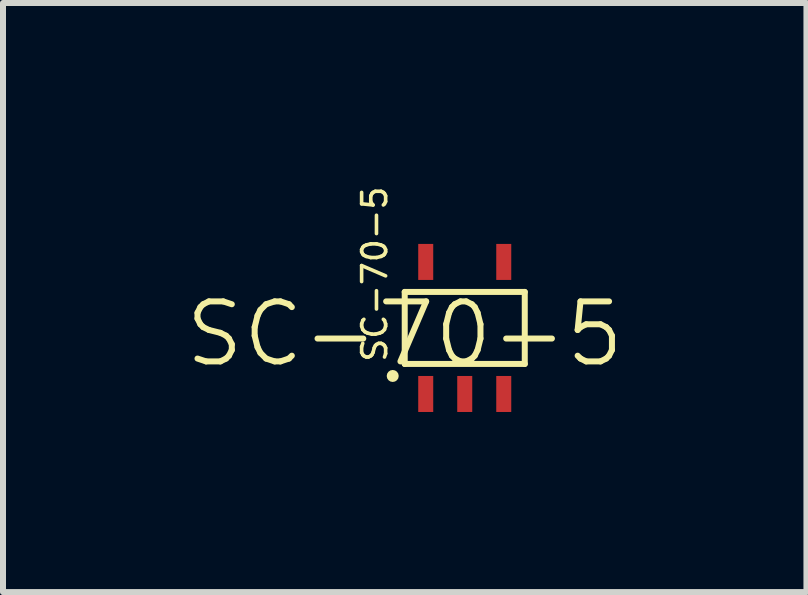
<source format=kicad_pcb>
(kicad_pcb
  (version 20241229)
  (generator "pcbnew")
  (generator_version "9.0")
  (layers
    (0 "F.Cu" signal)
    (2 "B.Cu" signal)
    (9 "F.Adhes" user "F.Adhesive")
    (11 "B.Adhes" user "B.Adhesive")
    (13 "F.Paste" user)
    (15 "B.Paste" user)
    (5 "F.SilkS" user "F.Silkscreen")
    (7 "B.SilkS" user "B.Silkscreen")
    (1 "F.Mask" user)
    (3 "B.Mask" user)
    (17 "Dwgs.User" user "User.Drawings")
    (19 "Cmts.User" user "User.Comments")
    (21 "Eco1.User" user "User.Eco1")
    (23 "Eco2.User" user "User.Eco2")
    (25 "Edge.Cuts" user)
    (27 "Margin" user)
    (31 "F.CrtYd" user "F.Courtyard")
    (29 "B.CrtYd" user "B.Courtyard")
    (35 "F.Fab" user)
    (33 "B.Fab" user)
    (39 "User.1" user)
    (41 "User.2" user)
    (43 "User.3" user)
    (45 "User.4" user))
  (footprint "SC-70-5"
    (layer "F.Cu")
    (at 3.693 3.014)
    (property "Reference" "SC-70-5" (at 0 -0.5 0) (unlocked yes) (layer "F.SilkS") (effects (font (size 1 1) (thickness 0.1))))
    (attr smd)
    (fp_line (start 0 0) (end 0 -1.2) (stroke (width 0.1) (type default)) (layer "F.SilkS"))
    (fp_line (start 0 0) (end 2 0) (stroke (width 0.1) (type default)) (layer "F.SilkS"))
    (fp_line (start 2 -1.2) (end 0 -1.2) (stroke (width 0.1) (type default)) (layer "F.SilkS"))
    (fp_line (start 2 0) (end 2 -1.2) (stroke (width 0.1) (type default)) (layer "F.SilkS"))
    (fp_circle (center -0.2 0.2) (end -0.15 0.2) (stroke (width 0.1) (type solid)) (fill no) (layer "F.SilkS"))
    (fp_text user "${REFERENCE}" (at -0.5 0 90) (unlocked yes) (layer "F.SilkS") (effects (font (size 0.4 0.4) (thickness 0.06)) (justify left)))
    (pad "1" smd rect (at 0.35 0.5) (size 0.25 0.6) (layers "F.Cu" "F.Mask" "F.Paste"))
    (pad "2" smd rect (at 1 0.5) (size 0.25 0.6) (layers "F.Cu" "F.Mask" "F.Paste"))
    (pad "3" smd rect (at 1.65 0.5) (size 0.25 0.6) (layers "F.Cu" "F.Mask" "F.Paste"))
    (pad "4" smd rect (at 1.65 -1.7 180) (size 0.25 0.6) (layers "F.Cu" "F.Mask" "F.Paste"))
    (pad "5" smd rect (at 0.35 -1.7 180) (size 0.25 0.6) (layers "F.Cu" "F.Mask" "F.Paste")))
  (gr_rect
    (start -3 -3)
    (end 10.386 6.814)
    (stroke (width 0.1) (type default))
    (fill no)
    (layer "Edge.Cuts")))
</source>
